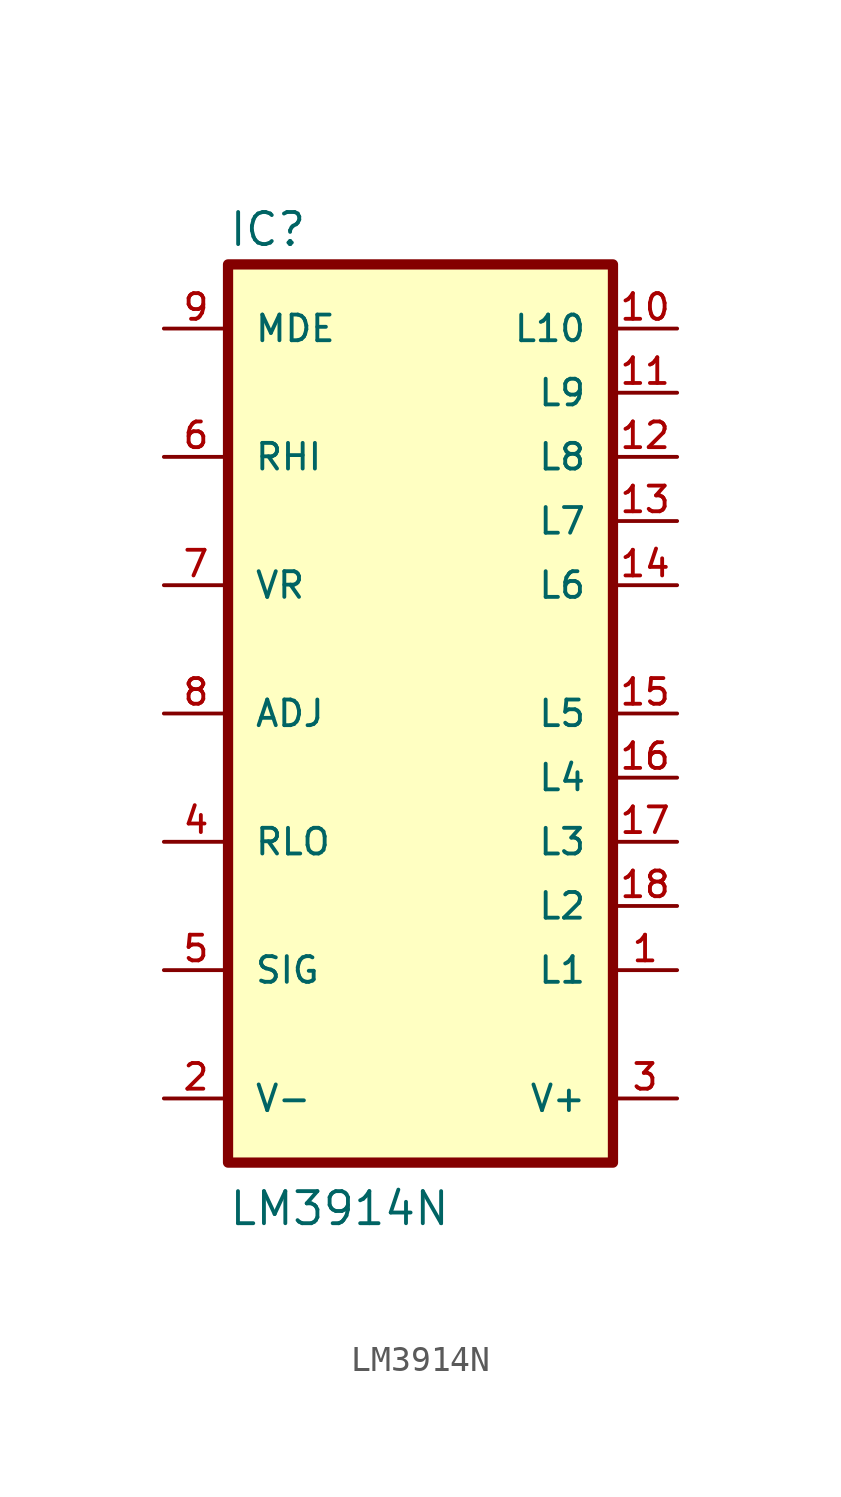
<source format=kicad_sym>
(kicad_symbol_lib
  (version 20211014)
  (generator kicad_symbol_editor)
  (symbol "LM3914N"
    (pin_names
      (offset 1.016))
    (property "Reference" "IC"
      (at -7.622 18.421 0)
      (effects (font (size 1.27 1.27)) (justify bottom left)))
    (property "Value" "LM3914N"
      (at -7.629 -20.343 0)
      (effects (font (size 1.27 1.27)) (justify bottom left)))
    (symbol "LM3914N_0_0"
      (rectangle (start -7.62 -17.78) (end 7.62 17.78) (stroke (width 0.406)) (fill (type background)))
      (pin input line (at -10.16 10.16 0) (length 2.54) (name "RHI" (effects (font (size 1.016 1.016)))) (number "6" (effects (font (size 1.016 1.016)))))
      (pin output line (at 10.16 15.24 180.0) (length 2.54) (name "L10" (effects (font (size 1.016 1.016)))) (number "10" (effects (font (size 1.016 1.016)))))
      (pin input line (at -10.16 0.0 0) (length 2.54) (name "ADJ" (effects (font (size 1.016 1.016)))) (number "8" (effects (font (size 1.016 1.016)))))
      (pin output line (at 10.16 12.7 180.0) (length 2.54) (name "L9" (effects (font (size 1.016 1.016)))) (number "11" (effects (font (size 1.016 1.016)))))
      (pin output line (at -10.16 5.08 0) (length 2.54) (name "VR" (effects (font (size 1.016 1.016)))) (number "7" (effects (font (size 1.016 1.016)))))
      (pin input line (at -10.16 15.24 0) (length 2.54) (name "MDE" (effects (font (size 1.016 1.016)))) (number "9" (effects (font (size 1.016 1.016)))))
      (pin input line (at -10.16 -5.08 0) (length 2.54) (name "RLO" (effects (font (size 1.016 1.016)))) (number "4" (effects (font (size 1.016 1.016)))))
      (pin input line (at -10.16 -10.16 0) (length 2.54) (name "SIG" (effects (font (size 1.016 1.016)))) (number "5" (effects (font (size 1.016 1.016)))))
      (pin output line (at 10.16 10.16 180.0) (length 2.54) (name "L8" (effects (font (size 1.016 1.016)))) (number "12" (effects (font (size 1.016 1.016)))))
      (pin output line (at 10.16 7.62 180.0) (length 2.54) (name "L7" (effects (font (size 1.016 1.016)))) (number "13" (effects (font (size 1.016 1.016)))))
      (pin output line (at 10.16 5.08 180.0) (length 2.54) (name "L6" (effects (font (size 1.016 1.016)))) (number "14" (effects (font (size 1.016 1.016)))))
      (pin output line (at 10.16 0.0 180.0) (length 2.54) (name "L5" (effects (font (size 1.016 1.016)))) (number "15" (effects (font (size 1.016 1.016)))))
      (pin output line (at 10.16 -2.54 180.0) (length 2.54) (name "L4" (effects (font (size 1.016 1.016)))) (number "16" (effects (font (size 1.016 1.016)))))
      (pin output line (at 10.16 -5.08 180.0) (length 2.54) (name "L3" (effects (font (size 1.016 1.016)))) (number "17" (effects (font (size 1.016 1.016)))))
      (pin output line (at 10.16 -7.62 180.0) (length 2.54) (name "L2" (effects (font (size 1.016 1.016)))) (number "18" (effects (font (size 1.016 1.016)))))
      (pin output line (at 10.16 -10.16 180.0) (length 2.54) (name "L1" (effects (font (size 1.016 1.016)))) (number "1" (effects (font (size 1.016 1.016)))))
      (pin power_in line (at 10.16 -15.24 180.0) (length 2.54) (name "V+" (effects (font (size 1.016 1.016)))) (number "3" (effects (font (size 1.016 1.016)))))
      (pin power_in line (at -10.16 -15.24 0) (length 2.54) (name "V-" (effects (font (size 1.016 1.016)))) (number "2" (effects (font (size 1.016 1.016))))))))
</source>
